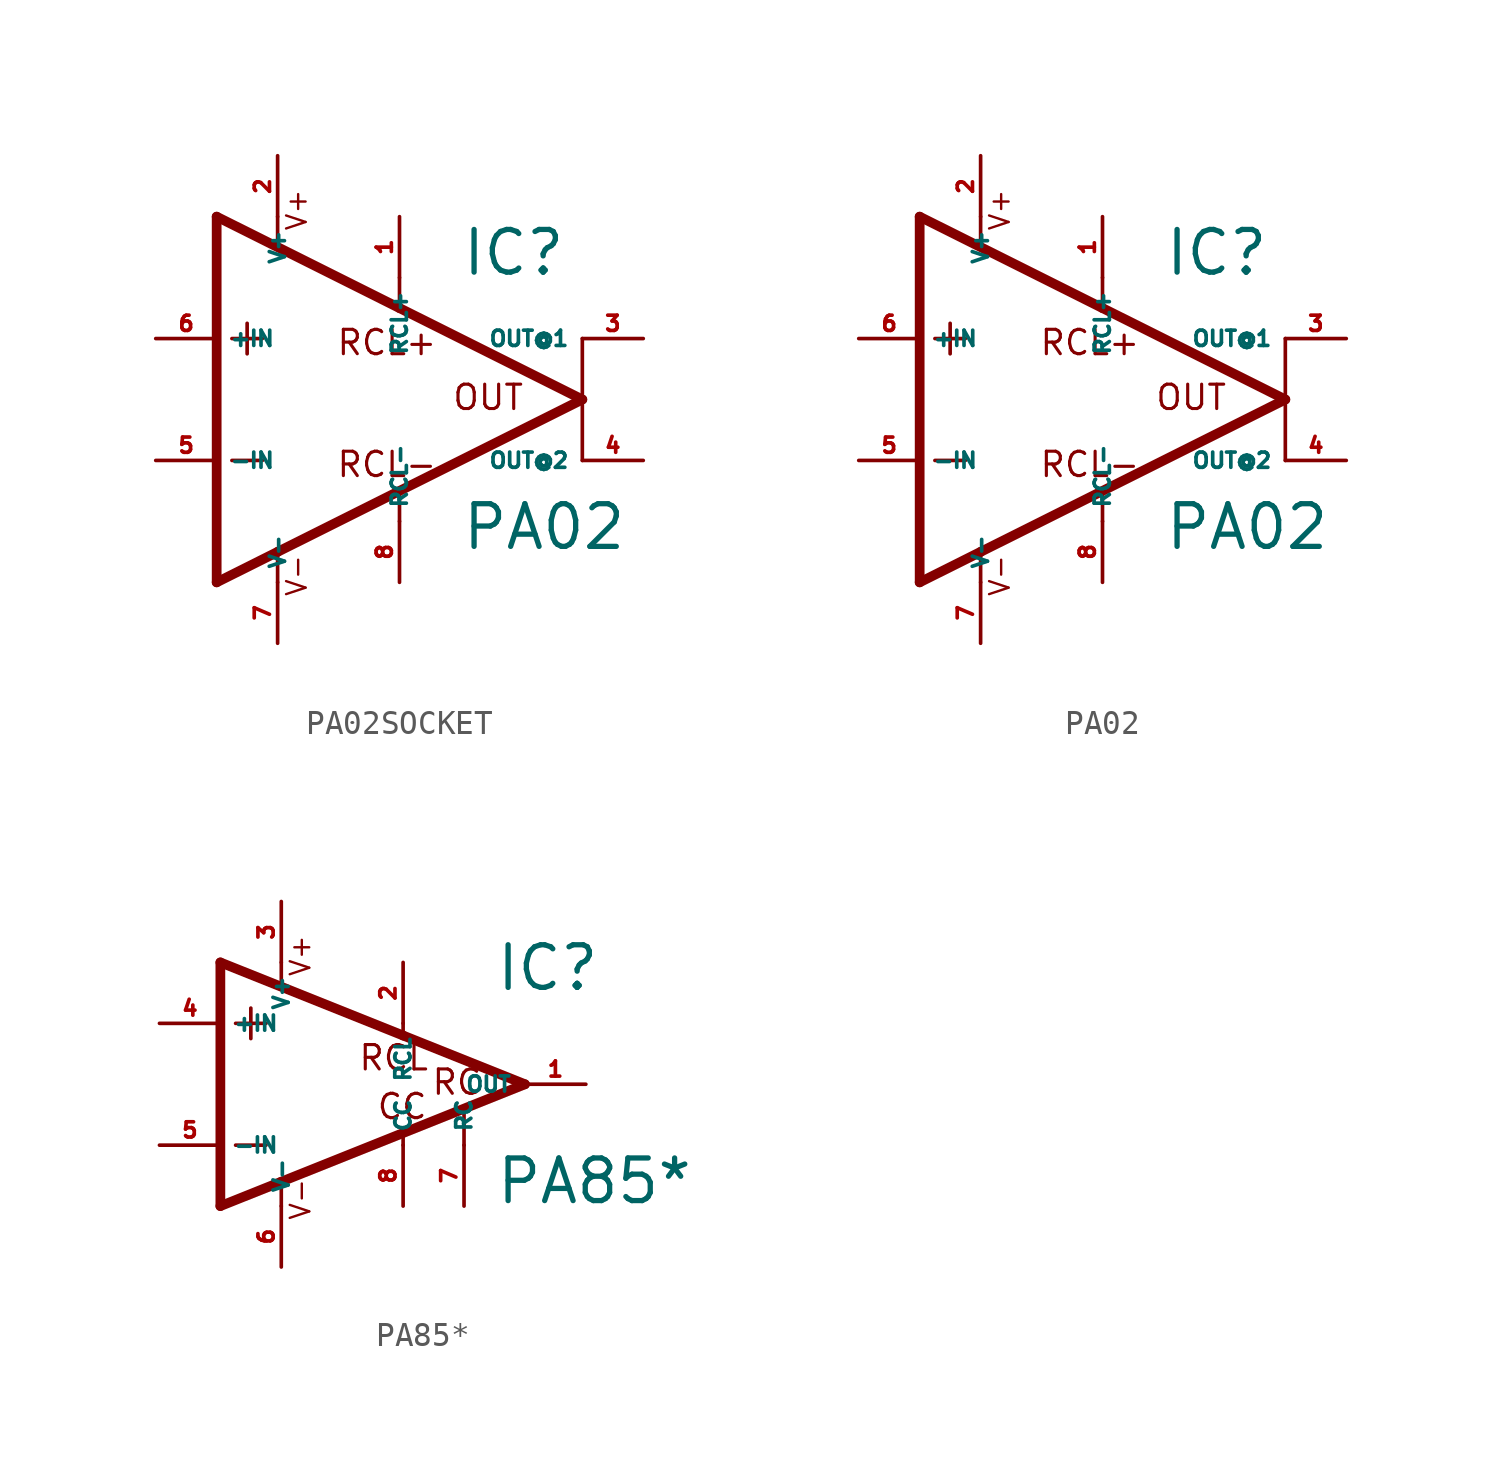
<source format=kicad_sym>
(kicad_symbol_lib
  (version 20220914)
  (generator Eagle2Kicad)
  (symbol "PA02SOCKET"
    (property "Reference" "IC"
      (at 5.08 5.08 0)
      (effects (font (size 1.778 1.778) (thickness 0.22)) (justify left bottom)))
    (property "Value" "PA02"
      (at 5.08 -6.35 0)
      (effects (font (size 1.778 1.778) (thickness 0.22)) (justify left bottom)))
    (polyline
      (pts (xy -5.08 7.62) (xy -5.08 -7.62))
      (stroke (width 0.406) (type default))
      (fill (type none)))
    (polyline
      (pts (xy -5.08 -7.62) (xy -2.54 -6.35))
      (stroke (width 0.406) (type default))
      (fill (type none)))
    (polyline
      (pts (xy -2.54 -6.35) (xy 10.16 0))
      (stroke (width 0.406) (type default))
      (fill (type none)))
    (polyline
      (pts (xy 10.16 0) (xy 2.54 3.81))
      (stroke (width 0.406) (type default))
      (fill (type none)))
    (polyline
      (pts (xy 2.54 3.81) (xy -5.08 7.62))
      (stroke (width 0.406) (type default))
      (fill (type none)))
    (polyline
      (pts (xy -3.81 3.175) (xy -3.81 1.905))
      (stroke (width 0.152) (type default))
      (fill (type none)))
    (polyline
      (pts (xy -4.445 2.54) (xy -3.175 2.54))
      (stroke (width 0.152) (type default))
      (fill (type none)))
    (polyline
      (pts (xy -4.445 -2.54) (xy -3.175 -2.54))
      (stroke (width 0.152) (type default))
      (fill (type none)))
    (polyline
      (pts (xy 2.54 -3.937) (xy 2.54 -5.08))
      (stroke (width 0.152) (type default))
      (fill (type none)))
    (polyline
      (pts (xy -2.54 -7.62) (xy -2.54 -6.35))
      (stroke (width 0.152) (type default))
      (fill (type none)))
    (polyline
      (pts (xy 2.54 5.08) (xy 2.54 3.81))
      (stroke (width 0.152) (type default))
      (fill (type none)))
    (polyline
      (pts (xy -2.54 7.62) (xy -2.54 6.477))
      (stroke (width 0.152) (type default))
      (fill (type none)))
    (polyline
      (pts (xy 10.16 2.54) (xy 10.16 -2.54))
      (stroke (width 0.152) (type default))
      (fill (type none)))
    (text "V+"
      (at -1.27 6.985 900)
      (effects (font (size 0.813 0.813) (thickness 0.10)) (justify left bottom)))
    (text "V-"
      (at -1.27 -8.255 900)
      (effects (font (size 0.813 0.813) (thickness 0.10)) (justify left bottom)))
    (text "RCL+"
      (at -0.127 1.778 0)
      (effects (font (size 1.016 1.016) (thickness 0.13)) (justify left bottom)))
    (text "RCL-"
      (at -0.127 -3.302 0)
      (effects (font (size 1.016 1.016) (thickness 0.13)) (justify left bottom)))
    (text "OUT"
      (at 4.699 -0.508 0)
      (effects (font (size 1.016 1.016) (thickness 0.13)) (justify left bottom)))
    (pin input line
      (at -7.62 -2.54 0)
      (length 2.54)
      (name "-IN" (effects (font (size 0.635 0.635) (thickness 0.08)) (justify left bottom)))
      (number "5" (effects (font (size 0.635 0.635) (thickness 0.08)) (justify left bottom))))
    (pin input line
      (at -7.62 2.54 0)
      (length 2.54)
      (name "+IN" (effects (font (size 0.635 0.635) (thickness 0.08)) (justify left bottom)))
      (number "6" (effects (font (size 0.635 0.635) (thickness 0.08)) (justify left bottom))))
    (pin output line
      (at 12.7 -2.54 180)
      (length 2.54)
      (name "OUT@2" (effects (font (size 0.635 0.635) (thickness 0.08)) (justify left bottom)))
      (number "4" (effects (font (size 0.635 0.635) (thickness 0.08)) (justify left bottom))))
    (pin unspecified line
      (at -2.54 10.16 270)
      (length 2.54)
      (name "V+" (effects (font (size 0.635 0.635) (thickness 0.08)) (justify left bottom)))
      (number "2" (effects (font (size 0.635 0.635) (thickness 0.08)) (justify left bottom))))
    (pin unspecified line
      (at -2.54 -10.16 90)
      (length 2.54)
      (name "V-" (effects (font (size 0.635 0.635) (thickness 0.08)) (justify left bottom)))
      (number "7" (effects (font (size 0.635 0.635) (thickness 0.08)) (justify left bottom))))
    (pin input line
      (at 2.54 7.62 270)
      (length 2.54)
      (name "RCL+" (effects (font (size 0.635 0.635) (thickness 0.08)) (justify left bottom)))
      (number "1" (effects (font (size 0.635 0.635) (thickness 0.08)) (justify left bottom))))
    (pin input line
      (at 2.54 -7.62 90)
      (length 2.54)
      (name "RCL-" (effects (font (size 0.635 0.635) (thickness 0.08)) (justify left bottom)))
      (number "8" (effects (font (size 0.635 0.635) (thickness 0.08)) (justify left bottom))))
    (pin output line
      (at 12.7 2.54 180)
      (length 2.54)
      (name "OUT@1" (effects (font (size 0.635 0.635) (thickness 0.08)) (justify left bottom)))
      (number "3" (effects (font (size 0.635 0.635) (thickness 0.08)) (justify left bottom)))))
  (symbol "PA02"
    (property "Reference" "IC"
      (at 5.08 5.08 0)
      (effects (font (size 1.778 1.778) (thickness 0.22)) (justify left bottom)))
    (property "Value" "PA02"
      (at 5.08 -6.35 0)
      (effects (font (size 1.778 1.778) (thickness 0.22)) (justify left bottom)))
    (polyline
      (pts (xy -5.08 7.62) (xy -5.08 -7.62))
      (stroke (width 0.406) (type default))
      (fill (type none)))
    (polyline
      (pts (xy -5.08 -7.62) (xy -2.54 -6.35))
      (stroke (width 0.406) (type default))
      (fill (type none)))
    (polyline
      (pts (xy -2.54 -6.35) (xy 10.16 0))
      (stroke (width 0.406) (type default))
      (fill (type none)))
    (polyline
      (pts (xy 10.16 0) (xy 2.54 3.81))
      (stroke (width 0.406) (type default))
      (fill (type none)))
    (polyline
      (pts (xy 2.54 3.81) (xy -5.08 7.62))
      (stroke (width 0.406) (type default))
      (fill (type none)))
    (polyline
      (pts (xy -3.81 3.175) (xy -3.81 1.905))
      (stroke (width 0.152) (type default))
      (fill (type none)))
    (polyline
      (pts (xy -4.445 2.54) (xy -3.175 2.54))
      (stroke (width 0.152) (type default))
      (fill (type none)))
    (polyline
      (pts (xy -4.445 -2.54) (xy -3.175 -2.54))
      (stroke (width 0.152) (type default))
      (fill (type none)))
    (polyline
      (pts (xy 2.54 -3.937) (xy 2.54 -5.08))
      (stroke (width 0.152) (type default))
      (fill (type none)))
    (polyline
      (pts (xy -2.54 -7.62) (xy -2.54 -6.35))
      (stroke (width 0.152) (type default))
      (fill (type none)))
    (polyline
      (pts (xy 2.54 5.08) (xy 2.54 3.81))
      (stroke (width 0.152) (type default))
      (fill (type none)))
    (polyline
      (pts (xy -2.54 7.62) (xy -2.54 6.477))
      (stroke (width 0.152) (type default))
      (fill (type none)))
    (polyline
      (pts (xy 10.16 2.54) (xy 10.16 -2.54))
      (stroke (width 0.152) (type default))
      (fill (type none)))
    (text "V+"
      (at -1.27 6.985 900)
      (effects (font (size 0.813 0.813) (thickness 0.10)) (justify left bottom)))
    (text "V-"
      (at -1.27 -8.255 900)
      (effects (font (size 0.813 0.813) (thickness 0.10)) (justify left bottom)))
    (text "RCL+"
      (at -0.127 1.778 0)
      (effects (font (size 1.016 1.016) (thickness 0.13)) (justify left bottom)))
    (text "RCL-"
      (at -0.127 -3.302 0)
      (effects (font (size 1.016 1.016) (thickness 0.13)) (justify left bottom)))
    (text "OUT"
      (at 4.699 -0.508 0)
      (effects (font (size 1.016 1.016) (thickness 0.13)) (justify left bottom)))
    (pin input line
      (at -7.62 -2.54 0)
      (length 2.54)
      (name "-IN" (effects (font (size 0.635 0.635) (thickness 0.08)) (justify left bottom)))
      (number "5" (effects (font (size 0.635 0.635) (thickness 0.08)) (justify left bottom))))
    (pin input line
      (at -7.62 2.54 0)
      (length 2.54)
      (name "+IN" (effects (font (size 0.635 0.635) (thickness 0.08)) (justify left bottom)))
      (number "6" (effects (font (size 0.635 0.635) (thickness 0.08)) (justify left bottom))))
    (pin output line
      (at 12.7 -2.54 180)
      (length 2.54)
      (name "OUT@2" (effects (font (size 0.635 0.635) (thickness 0.08)) (justify left bottom)))
      (number "4" (effects (font (size 0.635 0.635) (thickness 0.08)) (justify left bottom))))
    (pin unspecified line
      (at -2.54 10.16 270)
      (length 2.54)
      (name "V+" (effects (font (size 0.635 0.635) (thickness 0.08)) (justify left bottom)))
      (number "2" (effects (font (size 0.635 0.635) (thickness 0.08)) (justify left bottom))))
    (pin unspecified line
      (at -2.54 -10.16 90)
      (length 2.54)
      (name "V-" (effects (font (size 0.635 0.635) (thickness 0.08)) (justify left bottom)))
      (number "7" (effects (font (size 0.635 0.635) (thickness 0.08)) (justify left bottom))))
    (pin input line
      (at 2.54 7.62 270)
      (length 2.54)
      (name "RCL+" (effects (font (size 0.635 0.635) (thickness 0.08)) (justify left bottom)))
      (number "1" (effects (font (size 0.635 0.635) (thickness 0.08)) (justify left bottom))))
    (pin input line
      (at 2.54 -7.62 90)
      (length 2.54)
      (name "RCL-" (effects (font (size 0.635 0.635) (thickness 0.08)) (justify left bottom)))
      (number "8" (effects (font (size 0.635 0.635) (thickness 0.08)) (justify left bottom))))
    (pin output line
      (at 12.7 2.54 180)
      (length 2.54)
      (name "OUT@1" (effects (font (size 0.635 0.635) (thickness 0.08)) (justify left bottom)))
      (number "3" (effects (font (size 0.635 0.635) (thickness 0.08)) (justify left bottom)))))
  (symbol "PA85*"
    (property "Reference" "IC"
      (at 6.35 3.81 0)
      (effects (font (size 1.778 1.778) (thickness 0.22)) (justify left bottom)))
    (property "Value" "PA85*"
      (at 6.35 -5.08 0)
      (effects (font (size 1.778 1.778) (thickness 0.22)) (justify left bottom)))
    (polyline
      (pts (xy -5.08 5.08) (xy -5.08 -5.08))
      (stroke (width 0.406) (type default))
      (fill (type none)))
    (polyline
      (pts (xy -5.08 -5.08) (xy -2.54 -4.064))
      (stroke (width 0.406) (type default))
      (fill (type none)))
    (polyline
      (pts (xy -2.54 -4.064) (xy 7.62 0))
      (stroke (width 0.406) (type default))
      (fill (type none)))
    (polyline
      (pts (xy 7.62 0) (xy 2.54 2.032))
      (stroke (width 0.406) (type default))
      (fill (type none)))
    (polyline
      (pts (xy 2.54 2.032) (xy -5.08 5.08))
      (stroke (width 0.406) (type default))
      (fill (type none)))
    (polyline
      (pts (xy -3.81 3.175) (xy -3.81 1.905))
      (stroke (width 0.152) (type default))
      (fill (type none)))
    (polyline
      (pts (xy -4.445 2.54) (xy -3.175 2.54))
      (stroke (width 0.152) (type default))
      (fill (type none)))
    (polyline
      (pts (xy -4.445 -2.54) (xy -3.175 -2.54))
      (stroke (width 0.152) (type default))
      (fill (type none)))
    (polyline
      (pts (xy 2.54 -2.159) (xy 2.54 -2.54))
      (stroke (width 0.152) (type default))
      (fill (type none)))
    (polyline
      (pts (xy -2.54 -5.08) (xy -2.54 -4.064))
      (stroke (width 0.152) (type default))
      (fill (type none)))
    (polyline
      (pts (xy 5.08 -2.54) (xy 5.08 -1.143))
      (stroke (width 0.152) (type default))
      (fill (type none)))
    (polyline
      (pts (xy 2.54 2.54) (xy 2.54 2.032))
      (stroke (width 0.152) (type default))
      (fill (type none)))
    (polyline
      (pts (xy -2.54 5.08) (xy -2.54 4.191))
      (stroke (width 0.152) (type default))
      (fill (type none)))
    (text "V+"
      (at -1.27 4.445 900)
      (effects (font (size 0.813 0.813) (thickness 0.10)) (justify left bottom)))
    (text "V-"
      (at -1.27 -5.715 900)
      (effects (font (size 0.813 0.813) (thickness 0.10)) (justify left bottom)))
    (text "RCL"
      (at 0.635 0.508 0)
      (effects (font (size 1.016 1.016) (thickness 0.13)) (justify left bottom)))
    (text "CC"
      (at 1.397 -1.524 0)
      (effects (font (size 1.016 1.016) (thickness 0.13)) (justify left bottom)))
    (text "RC"
      (at 3.683 -0.508 0)
      (effects (font (size 1.016 1.016) (thickness 0.13)) (justify left bottom)))
    (pin input line
      (at -7.62 -2.54 0)
      (length 2.54)
      (name "-IN" (effects (font (size 0.635 0.635) (thickness 0.08)) (justify left bottom)))
      (number "5" (effects (font (size 0.635 0.635) (thickness 0.08)) (justify left bottom))))
    (pin input line
      (at -7.62 2.54 0)
      (length 2.54)
      (name "+IN" (effects (font (size 0.635 0.635) (thickness 0.08)) (justify left bottom)))
      (number "4" (effects (font (size 0.635 0.635) (thickness 0.08)) (justify left bottom))))
    (pin output line
      (at 10.16 0 180)
      (length 2.54)
      (name "OUT" (effects (font (size 0.635 0.635) (thickness 0.08)) (justify left bottom)))
      (number "1" (effects (font (size 0.635 0.635) (thickness 0.08)) (justify left bottom))))
    (pin unspecified line
      (at -2.54 7.62 270)
      (length 2.54)
      (name "V+" (effects (font (size 0.635 0.635) (thickness 0.08)) (justify left bottom)))
      (number "3" (effects (font (size 0.635 0.635) (thickness 0.08)) (justify left bottom))))
    (pin unspecified line
      (at -2.54 -7.62 90)
      (length 2.54)
      (name "V-" (effects (font (size 0.635 0.635) (thickness 0.08)) (justify left bottom)))
      (number "6" (effects (font (size 0.635 0.635) (thickness 0.08)) (justify left bottom))))
    (pin input line
      (at 2.54 5.08 270)
      (length 2.54)
      (name "RCL" (effects (font (size 0.635 0.635) (thickness 0.08)) (justify left bottom)))
      (number "2" (effects (font (size 0.635 0.635) (thickness 0.08)) (justify left bottom))))
    (pin input line
      (at 2.54 -5.08 90)
      (length 2.54)
      (name "CC" (effects (font (size 0.635 0.635) (thickness 0.08)) (justify left bottom)))
      (number "8" (effects (font (size 0.635 0.635) (thickness 0.08)) (justify left bottom))))
    (pin input line
      (at 5.08 -5.08 90)
      (length 2.54)
      (name "RC" (effects (font (size 0.635 0.635) (thickness 0.08)) (justify left bottom)))
      (number "7" (effects (font (size 0.635 0.635) (thickness 0.08)) (justify left bottom))))))
</source>
